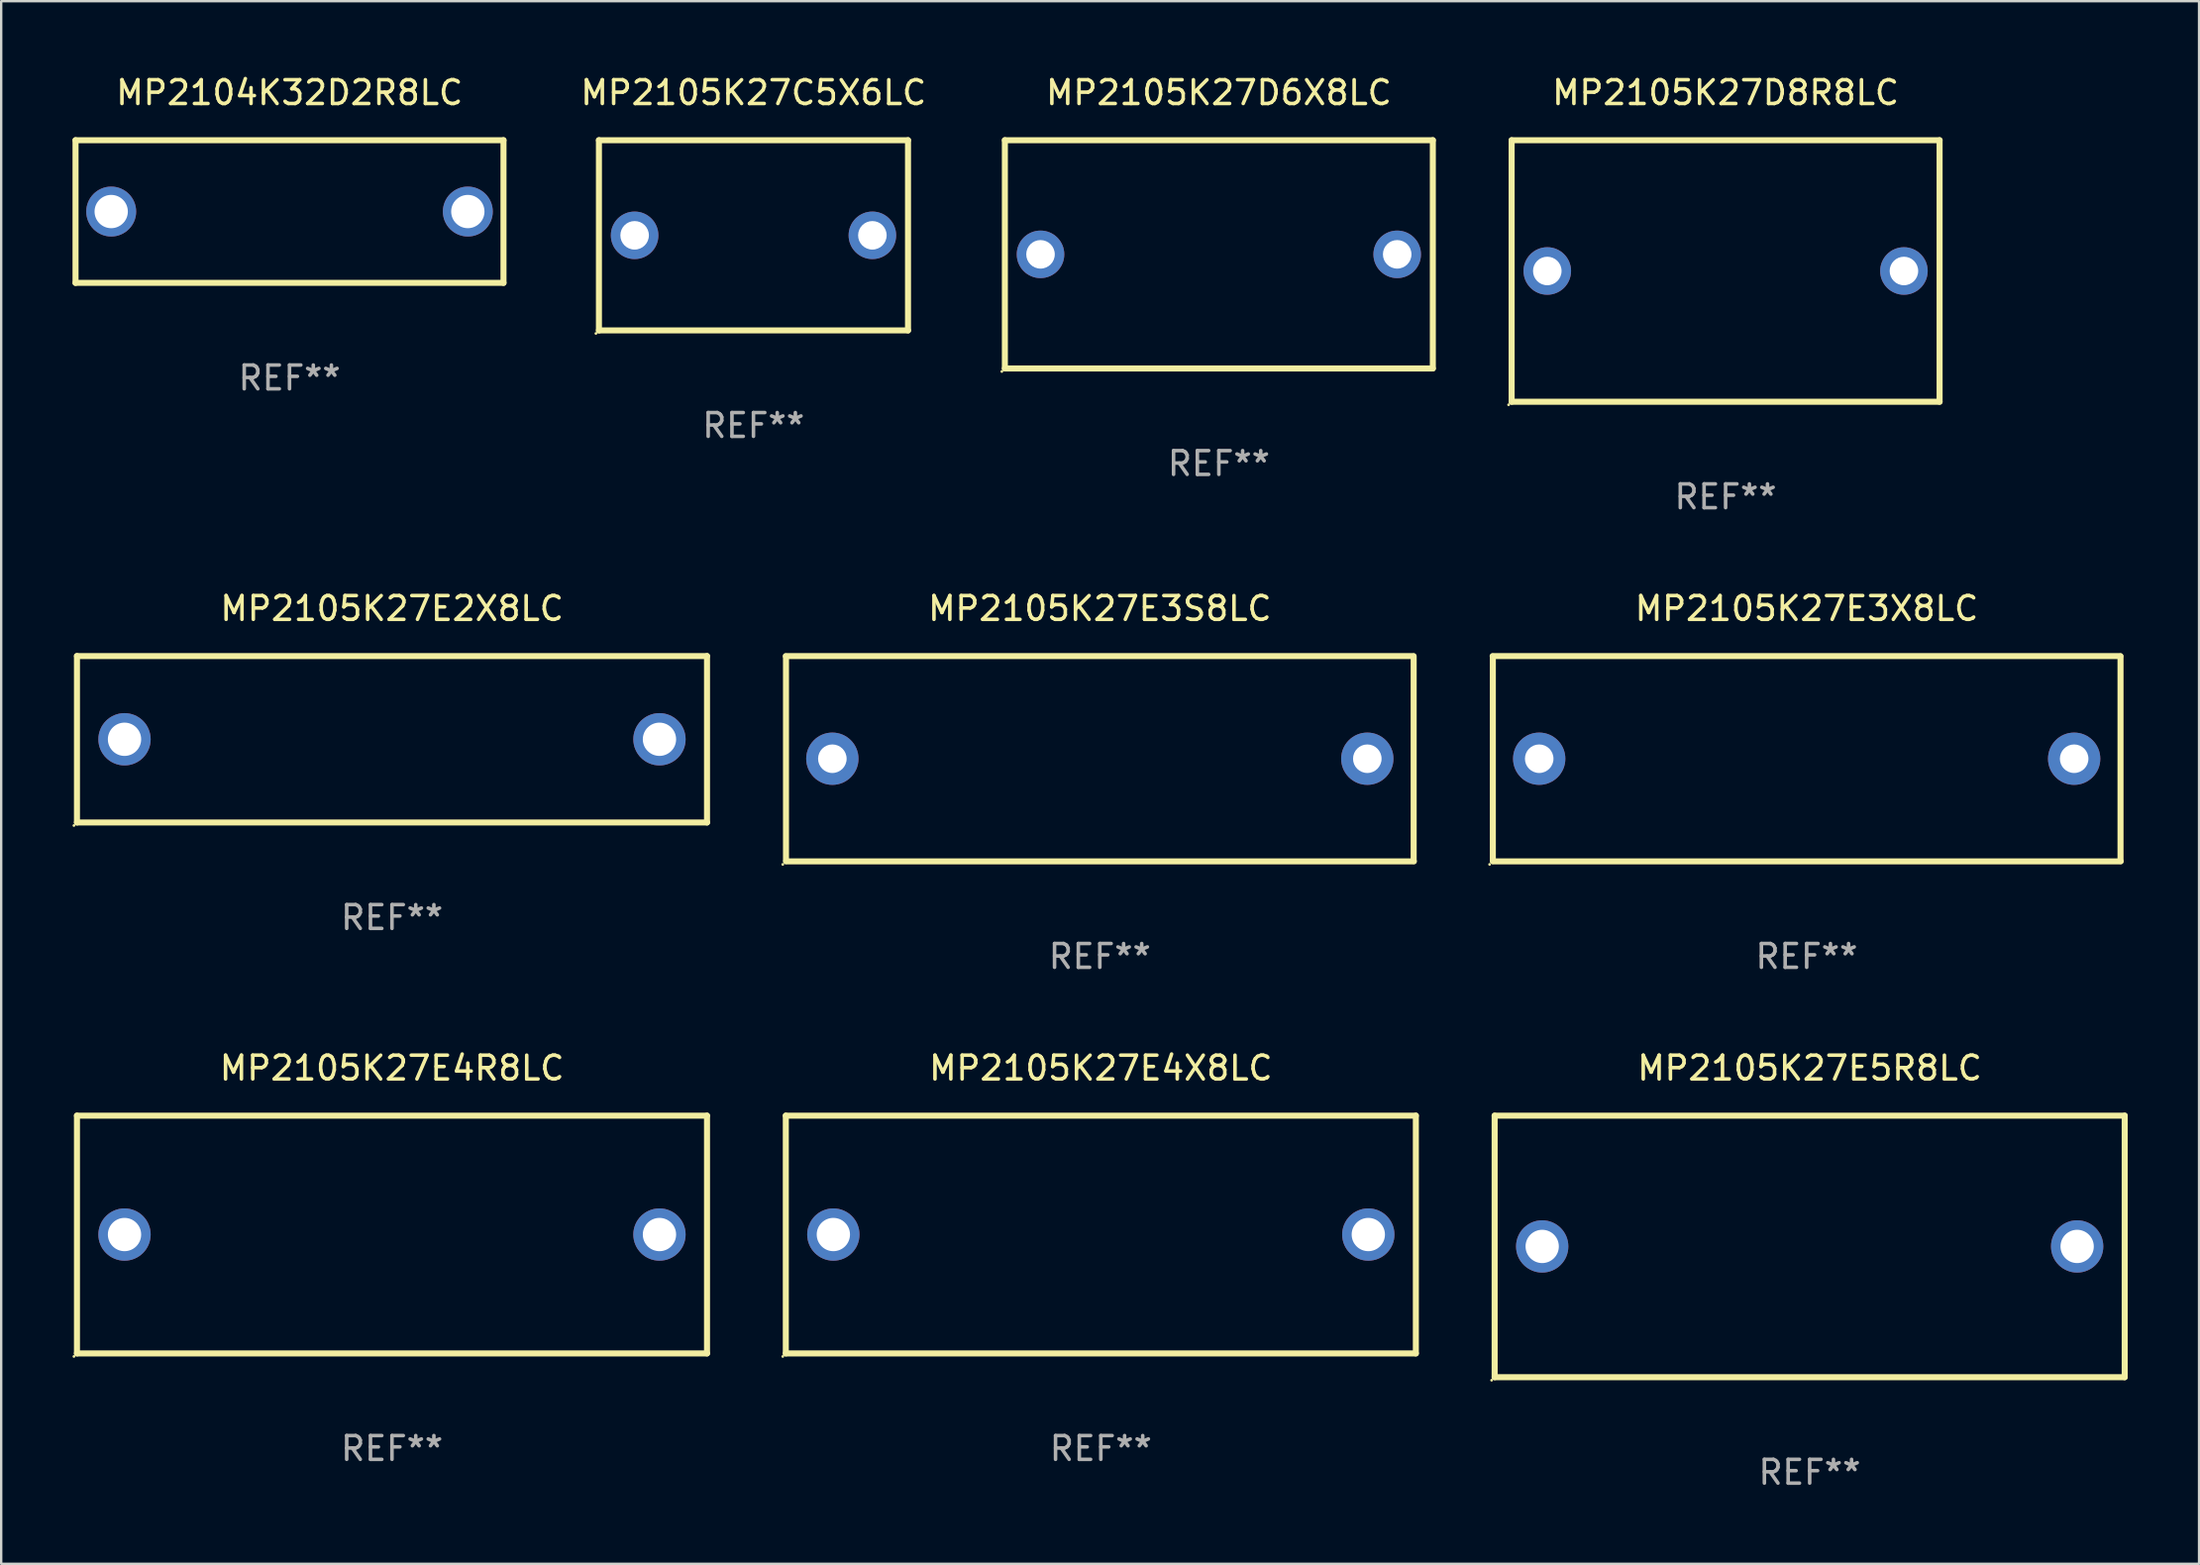
<source format=kicad_pcb>
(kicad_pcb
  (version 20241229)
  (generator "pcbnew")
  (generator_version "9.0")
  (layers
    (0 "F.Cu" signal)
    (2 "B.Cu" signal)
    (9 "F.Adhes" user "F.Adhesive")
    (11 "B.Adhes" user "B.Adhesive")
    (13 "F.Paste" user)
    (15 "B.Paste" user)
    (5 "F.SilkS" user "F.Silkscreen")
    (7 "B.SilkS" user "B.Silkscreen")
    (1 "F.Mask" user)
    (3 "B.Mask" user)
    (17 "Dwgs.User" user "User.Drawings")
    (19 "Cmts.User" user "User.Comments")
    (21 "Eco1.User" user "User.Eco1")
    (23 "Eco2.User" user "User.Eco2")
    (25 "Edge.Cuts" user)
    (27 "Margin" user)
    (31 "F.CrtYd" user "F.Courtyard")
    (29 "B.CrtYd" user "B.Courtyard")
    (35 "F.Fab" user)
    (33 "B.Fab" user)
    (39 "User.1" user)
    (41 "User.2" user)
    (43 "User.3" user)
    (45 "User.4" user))
  (footprint "MP2105K27E3X8LC"
    (layer "F.Cu")
    (at 72.939 28.863)
    (property "Reference" "MP2105K27E3X8LC" (at 0 -6.318 0) (layer "F.SilkS") (effects (font (size 1 1) (thickness 0.15))))
    (attr through_hole)
    (fp_line (start -13.208 -4.318) (end 13.193 -4.318) (stroke (width 0.254) (type solid)) (layer "F.SilkS"))
    (fp_line (start -13.2 4.3) (end -13.2 -4.3) (stroke (width 0.254) (type solid)) (layer "F.SilkS"))
    (fp_line (start 13.2 -4.3) (end 13.2 4.3) (stroke (width 0.254) (type solid)) (layer "F.SilkS"))
    (fp_line (start 13.208 4.318) (end -13.193 4.318) (stroke (width 0.254) (type solid)) (layer "F.SilkS"))
    (fp_circle (center -13.335 4.445) (end -13.305 4.445) (stroke (width 0.06) (type solid)) (fill no) (layer "F.SilkS"))
    (fp_text user "REF**" (at 0 8.318 0) (layer "F.Fab") (effects (font (size 1 1) (thickness 0.15))))
    (pad "1" thru_hole circle (at -11.25 0) (size 2.2 2.2) (drill 1.2) (layers "*.Cu" "*.Mask"))
    (pad "2" thru_hole circle (at 11.25 0) (size 2.2 2.2) (drill 1.2) (layers "*.Cu" "*.Mask")))
  (footprint "MP2105K27E3S8LC"
    (layer "F.Cu")
    (at 43.209 28.863)
    (property "Reference" "MP2105K27E3S8LC" (at 0 -6.318 0) (layer "F.SilkS") (effects (font (size 1 1) (thickness 0.15))))
    (attr through_hole)
    (fp_line (start -13.208 -4.318) (end 13.193 -4.318) (stroke (width 0.254) (type solid)) (layer "F.SilkS"))
    (fp_line (start -13.2 4.3) (end -13.2 -4.3) (stroke (width 0.254) (type solid)) (layer "F.SilkS"))
    (fp_line (start 13.2 -4.3) (end 13.2 4.3) (stroke (width 0.254) (type solid)) (layer "F.SilkS"))
    (fp_line (start 13.208 4.318) (end -13.193 4.318) (stroke (width 0.254) (type solid)) (layer "F.SilkS"))
    (fp_circle (center -13.335 4.445) (end -13.305 4.445) (stroke (width 0.06) (type solid)) (fill no) (layer "F.SilkS"))
    (fp_text user "REF**" (at 0 8.318 0) (layer "F.Fab") (effects (font (size 1 1) (thickness 0.15))))
    (pad "1" thru_hole circle (at -11.25 0) (size 2.2 2.2) (drill 1.2) (layers "*.Cu" "*.Mask"))
    (pad "2" thru_hole circle (at 11.25 0) (size 2.2 2.2) (drill 1.2) (layers "*.Cu" "*.Mask")))
  (footprint "MP2105K27E2X8LC"
    (layer "F.Cu")
    (at 13.437 28.045)
    (property "Reference" "MP2105K27E2X8LC" (at 0 -5.5 0) (layer "F.SilkS") (effects (font (size 1 1) (thickness 0.15))))
    (attr through_hole)
    (fp_line (start -13.25 -3.5) (end 13.25 -3.5) (stroke (width 0.254) (type solid)) (layer "F.SilkS"))
    (fp_line (start -13.25 3.5) (end -13.25 -3.5) (stroke (width 0.254) (type solid)) (layer "F.SilkS"))
    (fp_line (start 13.25 -3.5) (end 13.25 3.5) (stroke (width 0.254) (type solid)) (layer "F.SilkS"))
    (fp_line (start 13.25 3.5) (end -13.25 3.5) (stroke (width 0.254) (type solid)) (layer "F.SilkS"))
    (fp_circle (center -13.377 3.627) (end -13.347 3.627) (stroke (width 0.06) (type solid)) (fill no) (layer "F.SilkS"))
    (fp_text user "REF**" (at 0 7.5 0) (layer "F.Fab") (effects (font (size 1 1) (thickness 0.15))))
    (pad "1" thru_hole circle (at -11.25 0) (size 2.2 2.2) (drill 1.4) (layers "*.Cu" "*.Mask"))
    (pad "2" thru_hole circle (at 11.25 0) (size 2.2 2.2) (drill 1.4) (layers "*.Cu" "*.Mask")))
  (footprint "MP2105K27E5R8LC"
    (layer "F.Cu")
    (at 73.065 49.377)
    (property "Reference" "MP2105K27E5R8LC" (at 0 -7.5 0) (layer "F.SilkS") (effects (font (size 1 1) (thickness 0.15))))
    (attr through_hole)
    (fp_line (start -13.25 -5.5) (end 13.25 -5.5) (stroke (width 0.254) (type solid)) (layer "F.SilkS"))
    (fp_line (start -13.25 5.5) (end -13.25 -5.5) (stroke (width 0.254) (type solid)) (layer "F.SilkS"))
    (fp_line (start 13.25 -5.5) (end 13.25 5.5) (stroke (width 0.254) (type solid)) (layer "F.SilkS"))
    (fp_line (start 13.25 5.5) (end -13.25 5.5) (stroke (width 0.254) (type solid)) (layer "F.SilkS"))
    (fp_circle (center -13.377 5.627) (end -13.347 5.627) (stroke (width 0.06) (type solid)) (fill no) (layer "F.SilkS"))
    (fp_text user "REF**" (at 0 9.5 0) (layer "F.Fab") (effects (font (size 1 1) (thickness 0.15))))
    (pad "1" thru_hole circle (at -11.25 0) (size 2.2 2.2) (drill 1.4) (layers "*.Cu" "*.Mask"))
    (pad "2" thru_hole circle (at 11.25 0) (size 2.2 2.2) (drill 1.4) (layers "*.Cu" "*.Mask")))
  (footprint "MP2105K27D6X8LC"
    (layer "F.Cu")
    (at 48.215 7.648)
    (property "Reference" "MP2105K27D6X8LC" (at 0 -6.8 0) (layer "F.SilkS") (effects (font (size 1 1) (thickness 0.15))))
    (attr through_hole)
    (fp_line (start -9 -4.8) (end 9 -4.8) (stroke (width 0.254) (type solid)) (layer "F.SilkS"))
    (fp_line (start -9 4.8) (end -9 -4.8) (stroke (width 0.254) (type solid)) (layer "F.SilkS"))
    (fp_line (start 9 -4.8) (end 9 4.8) (stroke (width 0.254) (type solid)) (layer "F.SilkS"))
    (fp_line (start 9 4.8) (end -9 4.8) (stroke (width 0.254) (type solid)) (layer "F.SilkS"))
    (fp_circle (center -9.127 4.927) (end -9.097 4.927) (stroke (width 0.06) (type solid)) (fill no) (layer "F.SilkS"))
    (fp_text user "REF**" (at 0 8.8 0) (layer "F.Fab") (effects (font (size 1 1) (thickness 0.15))))
    (pad "1" thru_hole circle (at -7.501 0) (size 2 2) (drill 1.2) (layers "*.Cu" "*.Mask"))
    (pad "2" thru_hole circle (at 7.501 0) (size 2 2) (drill 1.2) (layers "*.Cu" "*.Mask")))
  (footprint "MP2105K27E4X8LC"
    (layer "F.Cu")
    (at 43.251 48.877)
    (property "Reference" "MP2105K27E4X8LC" (at 0 -7 0) (layer "F.SilkS") (effects (font (size 1 1) (thickness 0.15))))
    (attr through_hole)
    (fp_line (start -13.25 -5) (end 13.25 -5) (stroke (width 0.254) (type solid)) (layer "F.SilkS"))
    (fp_line (start -13.25 5) (end -13.25 -5) (stroke (width 0.254) (type solid)) (layer "F.SilkS"))
    (fp_line (start 13.25 -5) (end 13.25 5) (stroke (width 0.254) (type solid)) (layer "F.SilkS"))
    (fp_line (start 13.25 5) (end -13.25 5) (stroke (width 0.254) (type solid)) (layer "F.SilkS"))
    (fp_circle (center -13.377 5.127) (end -13.347 5.127) (stroke (width 0.06) (type solid)) (fill no) (layer "F.SilkS"))
    (fp_text user "REF**" (at 0 9 0) (layer "F.Fab") (effects (font (size 1 1) (thickness 0.15))))
    (pad "1" thru_hole circle (at -11.25 0) (size 2.2 2.2) (drill 1.4) (layers "*.Cu" "*.Mask"))
    (pad "2" thru_hole circle (at 11.25 0) (size 2.2 2.2) (drill 1.4) (layers "*.Cu" "*.Mask")))
  (footprint "MP2104K32D2R8LC"
    (layer "F.Cu")
    (at 9.127 5.848)
    (property "Reference" "MP2104K32D2R8LC" (at 0 -5 0) (layer "F.SilkS") (effects (font (size 1 1) (thickness 0.15))))
    (attr through_hole)
    (fp_line (start -9 -3) (end 9 -3) (stroke (width 0.254) (type solid)) (layer "F.SilkS"))
    (fp_line (start -9 3) (end -9 -3) (stroke (width 0.254) (type solid)) (layer "F.SilkS"))
    (fp_line (start 9 -3) (end 9 3) (stroke (width 0.254) (type solid)) (layer "F.SilkS"))
    (fp_line (start 9 3) (end -9 3) (stroke (width 0.254) (type solid)) (layer "F.SilkS"))
    (fp_circle (center -9 3) (end -8.97 3) (stroke (width 0.06) (type solid)) (fill no) (layer "F.SilkS"))
    (fp_text user "REF**" (at 0 7 0) (layer "F.Fab") (effects (font (size 1 1) (thickness 0.15))))
    (pad "1" thru_hole circle (at -7.5 0) (size 2.1 2.1) (drill 1.4) (layers "*.Cu" "*.Mask"))
    (pad "2" thru_hole circle (at 7.5 0) (size 2.1 2.1) (drill 1.4) (layers "*.Cu" "*.Mask")))
  (footprint "MP2105K27D8R8LC"
    (layer "F.Cu")
    (at 69.529 8.348)
    (property "Reference" "MP2105K27D8R8LC" (at 0 -7.5 0) (layer "F.SilkS") (effects (font (size 1 1) (thickness 0.15))))
    (attr through_hole)
    (fp_line (start -9 -5.5) (end 9 -5.5) (stroke (width 0.254) (type solid)) (layer "F.SilkS"))
    (fp_line (start -9 5.5) (end -9 -5.5) (stroke (width 0.254) (type solid)) (layer "F.SilkS"))
    (fp_line (start 9 -5.5) (end 9 5.5) (stroke (width 0.254) (type solid)) (layer "F.SilkS"))
    (fp_line (start 9 5.5) (end -9 5.5) (stroke (width 0.254) (type solid)) (layer "F.SilkS"))
    (fp_circle (center -9.127 5.627) (end -9.097 5.627) (stroke (width 0.06) (type solid)) (fill no) (layer "F.SilkS"))
    (fp_text user "REF**" (at 0 9.5 0) (layer "F.Fab") (effects (font (size 1 1) (thickness 0.15))))
    (pad "1" thru_hole circle (at -7.5 0) (size 2 2) (drill 1.2) (layers "*.Cu" "*.Mask"))
    (pad "2" thru_hole circle (at 7.5 0) (size 2 2) (drill 1.2) (layers "*.Cu" "*.Mask")))
  (footprint "MP2105K27E4R8LC"
    (layer "F.Cu")
    (at 13.437 48.877)
    (property "Reference" "MP2105K27E4R8LC" (at 0 -7 0) (layer "F.SilkS") (effects (font (size 1 1) (thickness 0.15))))
    (attr through_hole)
    (fp_line (start -13.25 -5) (end 13.25 -5) (stroke (width 0.254) (type solid)) (layer "F.SilkS"))
    (fp_line (start -13.25 5) (end -13.25 -5) (stroke (width 0.254) (type solid)) (layer "F.SilkS"))
    (fp_line (start 13.25 -5) (end 13.25 5) (stroke (width 0.254) (type solid)) (layer "F.SilkS"))
    (fp_line (start 13.25 5) (end -13.25 5) (stroke (width 0.254) (type solid)) (layer "F.SilkS"))
    (fp_circle (center -13.377 5.127) (end -13.347 5.127) (stroke (width 0.06) (type solid)) (fill no) (layer "F.SilkS"))
    (fp_text user "REF**" (at 0 9 0) (layer "F.Fab") (effects (font (size 1 1) (thickness 0.15))))
    (pad "1" thru_hole circle (at -11.25 0) (size 2.2 2.2) (drill 1.4) (layers "*.Cu" "*.Mask"))
    (pad "2" thru_hole circle (at 11.25 0) (size 2.2 2.2) (drill 1.4) (layers "*.Cu" "*.Mask")))
  (footprint "MP2105K27C5X6LC"
    (layer "F.Cu")
    (at 28.641 6.848)
    (property "Reference" "MP2105K27C5X6LC" (at 0 -6 0) (layer "F.SilkS") (effects (font (size 1 1) (thickness 0.15))))
    (attr through_hole)
    (fp_line (start -6.5 -4) (end -6.5 4) (stroke (width 0.254) (type solid)) (layer "F.SilkS"))
    (fp_line (start -6.5 -4) (end 6.5 -4) (stroke (width 0.254) (type solid)) (layer "F.SilkS"))
    (fp_line (start 6.5 4) (end -6.5 4) (stroke (width 0.254) (type solid)) (layer "F.SilkS"))
    (fp_line (start 6.5 4) (end 6.5 -4) (stroke (width 0.254) (type solid)) (layer "F.SilkS"))
    (fp_circle (center -6.627 4.127) (end -6.597 4.127) (stroke (width 0.06) (type solid)) (fill no) (layer "F.SilkS"))
    (fp_text user "REF**" (at 0 8 0) (layer "F.Fab") (effects (font (size 1 1) (thickness 0.15))))
    (pad "1" thru_hole circle (at -4.999 0) (size 2 2) (drill 1.2) (layers "*.Cu" "*.Mask"))
    (pad "2" thru_hole circle (at 5.001 0) (size 2 2) (drill 1.2) (layers "*.Cu" "*.Mask")))
  (gr_rect
    (start -3 -3)
    (end 89.442 62.726)
    (stroke (width 0.1) (type default))
    (fill no)
    (layer "Edge.Cuts")))
</source>
